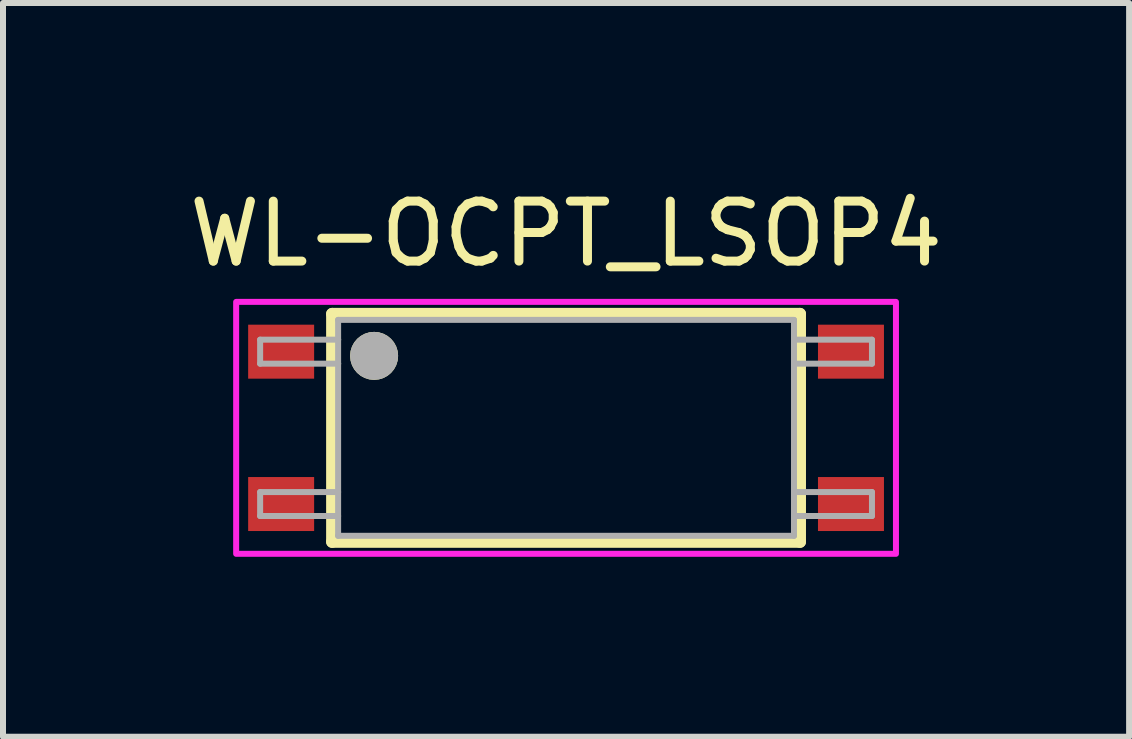
<source format=kicad_pcb>
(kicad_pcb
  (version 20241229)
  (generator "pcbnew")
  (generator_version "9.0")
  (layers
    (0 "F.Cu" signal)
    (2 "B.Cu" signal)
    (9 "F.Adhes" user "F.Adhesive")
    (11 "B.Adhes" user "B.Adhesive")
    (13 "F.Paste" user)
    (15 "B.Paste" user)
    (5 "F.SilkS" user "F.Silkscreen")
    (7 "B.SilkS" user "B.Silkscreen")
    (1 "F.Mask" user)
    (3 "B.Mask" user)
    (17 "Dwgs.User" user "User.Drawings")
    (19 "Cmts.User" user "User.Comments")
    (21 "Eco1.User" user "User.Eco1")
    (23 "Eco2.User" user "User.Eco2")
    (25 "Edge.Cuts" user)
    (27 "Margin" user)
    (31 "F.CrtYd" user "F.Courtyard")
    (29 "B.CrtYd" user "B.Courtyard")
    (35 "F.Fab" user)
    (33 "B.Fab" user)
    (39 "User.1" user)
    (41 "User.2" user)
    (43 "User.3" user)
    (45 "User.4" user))
  (footprint "WL-OCPT_LSOP4"
    (layer "F.Cu")
    (at 6.387 4.083)
    (property "Reference" "WL-OCPT_LSOP4" (at 0 -3.235 0) (layer "F.SilkS") (effects (font (size 1 1) (thickness 0.15))))
    (attr smd)
    (fp_line (start -3.9 -1.9) (end 3.9 -1.9) (stroke (width 0.2) (type solid)) (layer "F.SilkS"))
    (fp_line (start -3.9 1.9) (end -3.9 -1.9) (stroke (width 0.2) (type solid)) (layer "F.SilkS"))
    (fp_line (start 3.9 -1.9) (end 3.9 1.9) (stroke (width 0.2) (type solid)) (layer "F.SilkS"))
    (fp_line (start 3.9 1.9) (end -3.9 1.9) (stroke (width 0.2) (type solid)) (layer "F.SilkS"))
    (fp_circle (center -3.2 -1.2) (end -3 -1.2) (stroke (width 0.4) (type solid)) (fill no) (layer "F.SilkS"))
    (fp_poly (pts (xy -5.5 -2.1) (xy 5.5 -2.1) (xy 5.5 2.1) (xy -5.5 2.1)) (stroke (width 0.1) (type solid)) (fill no) (layer "F.CrtYd"))
    (fp_line (start -5.1 -1.47) (end -5.1 -1.07) (stroke (width 0.1) (type solid)) (layer "F.Fab"))
    (fp_line (start -5.1 -1.07) (end -3.8 -1.07) (stroke (width 0.1) (type solid)) (layer "F.Fab"))
    (fp_line (start -5.1 1.07) (end -5.1 1.47) (stroke (width 0.1) (type solid)) (layer "F.Fab"))
    (fp_line (start -5.1 1.47) (end -3.8 1.47) (stroke (width 0.1) (type solid)) (layer "F.Fab"))
    (fp_line (start -3.8 -1.8) (end 3.8 -1.8) (stroke (width 0.1) (type solid)) (layer "F.Fab"))
    (fp_line (start -3.8 -1.47) (end -5.1 -1.47) (stroke (width 0.1) (type solid)) (layer "F.Fab"))
    (fp_line (start -3.8 -1.47) (end -3.8 -1.8) (stroke (width 0.1) (type solid)) (layer "F.Fab"))
    (fp_line (start -3.8 -1.07) (end -3.8 -1.47) (stroke (width 0.1) (type solid)) (layer "F.Fab"))
    (fp_line (start -3.8 1.07) (end -5.1 1.07) (stroke (width 0.1) (type solid)) (layer "F.Fab"))
    (fp_line (start -3.8 1.8) (end -3.8 -1.07) (stroke (width 0.1) (type solid)) (layer "F.Fab"))
    (fp_line (start 3.8 -1.8) (end 3.8 1.8) (stroke (width 0.1) (type solid)) (layer "F.Fab"))
    (fp_line (start 3.8 -1.07) (end 5.1 -1.07) (stroke (width 0.1) (type solid)) (layer "F.Fab"))
    (fp_line (start 3.8 1.47) (end 5.1 1.47) (stroke (width 0.1) (type solid)) (layer "F.Fab"))
    (fp_line (start 3.8 1.8) (end -3.8 1.8) (stroke (width 0.1) (type solid)) (layer "F.Fab"))
    (fp_line (start 5.1 -1.47) (end 3.8 -1.47) (stroke (width 0.1) (type solid)) (layer "F.Fab"))
    (fp_line (start 5.1 -1.07) (end 5.1 -1.47) (stroke (width 0.1) (type solid)) (layer "F.Fab"))
    (fp_line (start 5.1 1.07) (end 3.8 1.07) (stroke (width 0.1) (type solid)) (layer "F.Fab"))
    (fp_line (start 5.1 1.47) (end 5.1 1.07) (stroke (width 0.1) (type solid)) (layer "F.Fab"))
    (fp_circle (center -3.2 -1.2) (end -3 -1.2) (stroke (width 0.4) (type solid)) (fill no) (layer "F.Fab"))
    (pad "1" smd rect (at -4.75 -1.27) (size 1.1 0.9) (layers "F.Cu" "F.Mask" "F.Paste"))
    (pad "2" smd rect (at -4.75 1.27) (size 1.1 0.9) (layers "F.Cu" "F.Mask" "F.Paste"))
    (pad "3" smd rect (at 4.75 1.27) (size 1.1 0.9) (layers "F.Cu" "F.Mask" "F.Paste"))
    (pad "4" smd rect (at 4.75 -1.27) (size 1.1 0.9) (layers "F.Cu" "F.Mask" "F.Paste")))
  (gr_rect
    (start -3 -3)
    (end 15.774 9.233)
    (stroke (width 0.1) (type default))
    (fill no)
    (layer "Edge.Cuts")))
</source>
